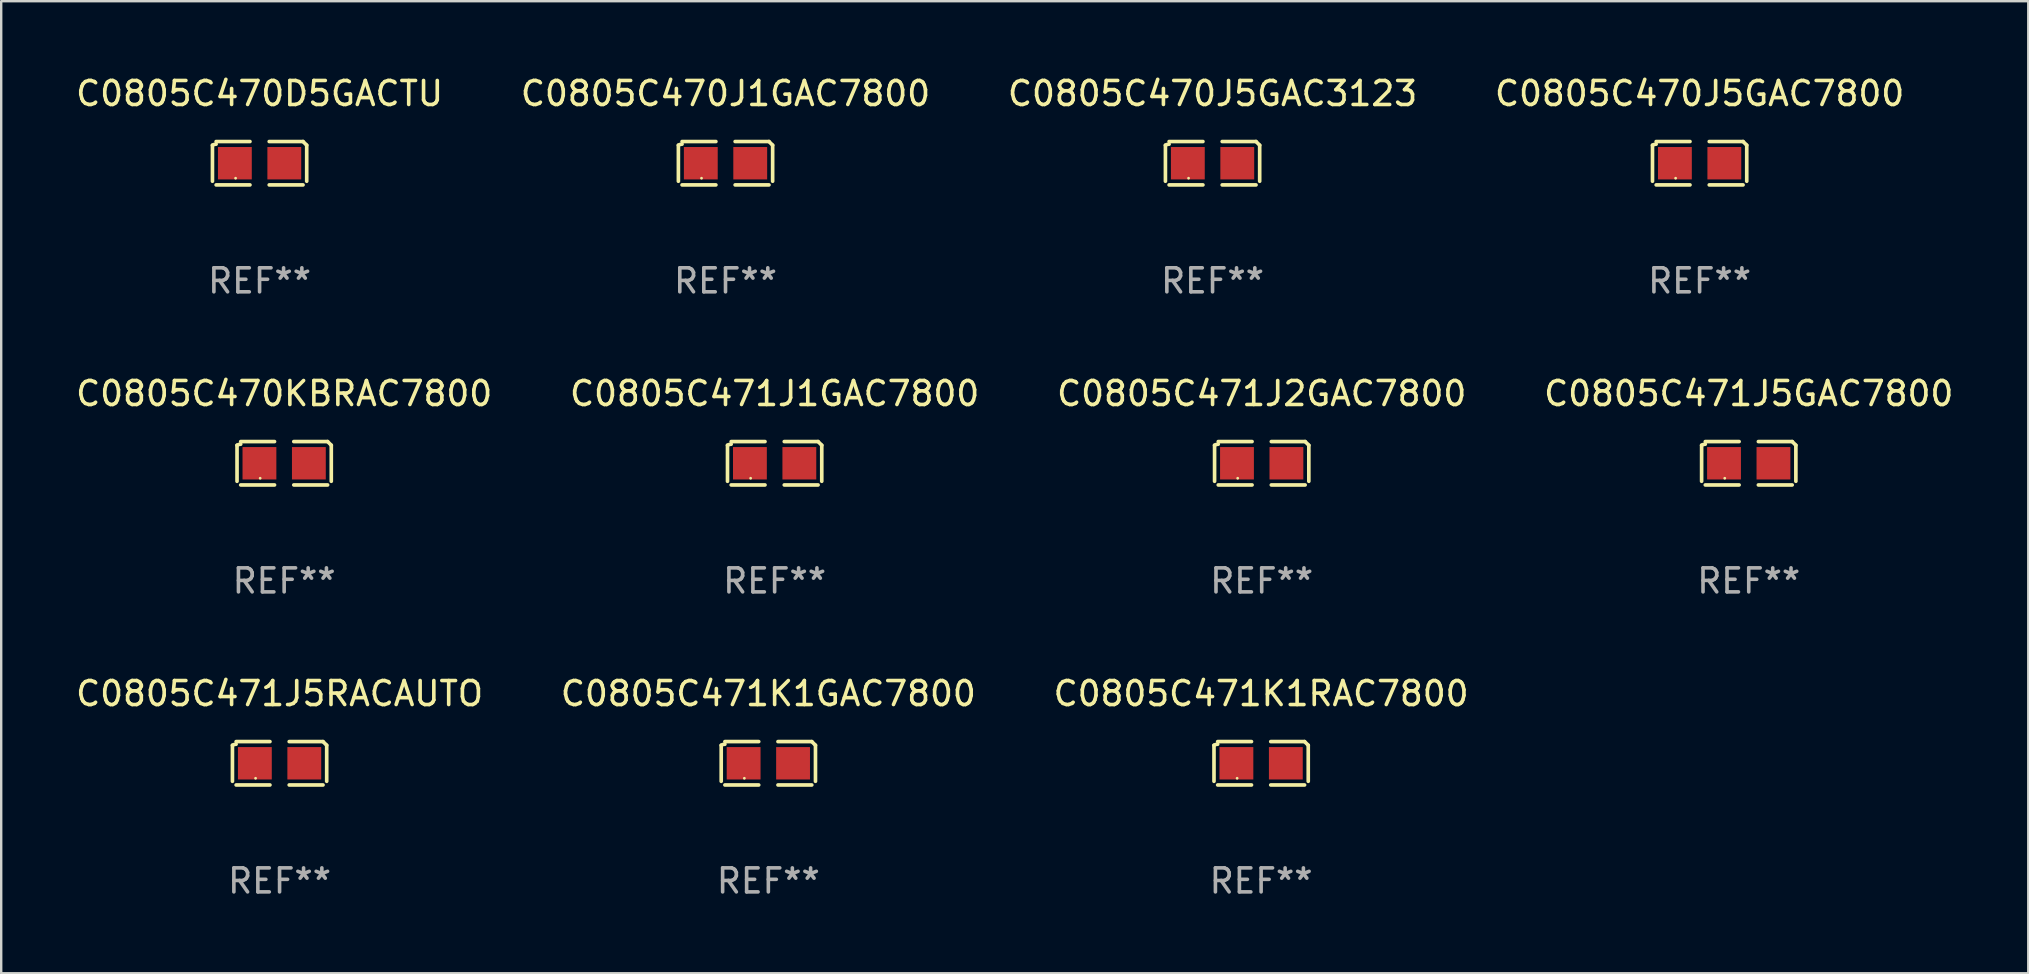
<source format=kicad_pcb>
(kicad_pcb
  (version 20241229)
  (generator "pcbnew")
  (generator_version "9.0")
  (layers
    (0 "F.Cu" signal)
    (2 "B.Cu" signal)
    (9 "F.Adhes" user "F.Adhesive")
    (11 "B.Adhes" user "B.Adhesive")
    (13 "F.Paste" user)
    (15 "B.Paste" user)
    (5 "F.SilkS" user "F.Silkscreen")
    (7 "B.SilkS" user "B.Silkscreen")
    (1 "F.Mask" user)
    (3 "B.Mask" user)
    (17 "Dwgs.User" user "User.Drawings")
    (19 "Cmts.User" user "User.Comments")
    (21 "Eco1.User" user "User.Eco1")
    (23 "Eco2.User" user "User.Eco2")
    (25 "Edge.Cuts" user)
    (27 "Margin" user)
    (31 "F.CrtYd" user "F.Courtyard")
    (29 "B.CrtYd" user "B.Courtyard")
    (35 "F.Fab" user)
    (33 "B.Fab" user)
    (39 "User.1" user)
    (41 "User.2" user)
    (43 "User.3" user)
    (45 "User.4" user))
  (footprint "C0805C471J1GAC7800"
    (layer "F.Cu")
    (at 29.232 16.256)
    (property "Reference" "C0805C471J1GAC7800" (at 0 -2.904 0) (layer "F.SilkS") (effects (font (size 1 1) (thickness 0.15))))
    (attr through_hole)
    (fp_line (start -1.964 0.751) (end -1.964 -0.751) (stroke (width 0.152) (type solid)) (layer "F.SilkS"))
    (fp_line (start -1.811 -0.904) (end -0.401 -0.904) (stroke (width 0.152) (type solid)) (layer "F.SilkS"))
    (fp_line (start -0.401 0.904) (end -1.811 0.904) (stroke (width 0.152) (type solid)) (layer "F.SilkS"))
    (fp_line (start 0.401 0.904) (end 1.811 0.904) (stroke (width 0.152) (type solid)) (layer "F.SilkS"))
    (fp_line (start 1.811 -0.904) (end 0.401 -0.904) (stroke (width 0.152) (type solid)) (layer "F.SilkS"))
    (fp_line (start 1.964 0.751) (end 1.964 -0.751) (stroke (width 0.152) (type solid)) (layer "F.SilkS"))
    (fp_arc (start -1.963602 -0.751207) (mid -1.890354 -0.783131) (end -1.811201 -0.794044) (stroke (width 0.1524) (type solid)) (layer "F.SilkS"))
    (fp_arc (start 1.811202 -0.903607) (mid 1.887413 -0.827418) (end 1.963602 -0.751207) (stroke (width 0.1524) (type solid)) (layer "F.SilkS"))
    (fp_circle (center -1 0.625) (end -0.97 0.625) (stroke (width 0.06) (type solid)) (fill no) (layer "F.SilkS"))
    (fp_text user "REF**" (at 0 4.904 0) (layer "F.Fab") (effects (font (size 1 1) (thickness 0.15))))
    (pad "1" smd rect (at -1.03 0) (size 1.41 1.35) (layers "F.Cu" "F.Mask" "F.Paste"))
    (pad "2" smd rect (at 1.03 0) (size 1.41 1.35) (layers "F.Cu" "F.Mask" "F.Paste")))
  (footprint "C0805C470D5GACTU"
    (layer "F.Cu")
    (at 7.768 3.752)
    (property "Reference" "C0805C470D5GACTU" (at 0 -2.904 0) (layer "F.SilkS") (effects (font (size 1 1) (thickness 0.15))))
    (attr through_hole)
    (fp_line (start -1.964 0.751) (end -1.964 -0.751) (stroke (width 0.152) (type solid)) (layer "F.SilkS"))
    (fp_line (start -1.811 -0.904) (end -0.401 -0.904) (stroke (width 0.152) (type solid)) (layer "F.SilkS"))
    (fp_line (start -0.401 0.904) (end -1.811 0.904) (stroke (width 0.152) (type solid)) (layer "F.SilkS"))
    (fp_line (start 0.401 0.904) (end 1.811 0.904) (stroke (width 0.152) (type solid)) (layer "F.SilkS"))
    (fp_line (start 1.811 -0.904) (end 0.401 -0.904) (stroke (width 0.152) (type solid)) (layer "F.SilkS"))
    (fp_line (start 1.964 0.751) (end 1.964 -0.751) (stroke (width 0.152) (type solid)) (layer "F.SilkS"))
    (fp_arc (start -1.963602 -0.751207) (mid -1.890354 -0.783131) (end -1.811201 -0.794044) (stroke (width 0.1524) (type solid)) (layer "F.SilkS"))
    (fp_arc (start 1.811202 -0.903607) (mid 1.887413 -0.827418) (end 1.963602 -0.751207) (stroke (width 0.1524) (type solid)) (layer "F.SilkS"))
    (fp_circle (center -1 0.625) (end -0.97 0.625) (stroke (width 0.06) (type solid)) (fill no) (layer "F.SilkS"))
    (fp_text user "REF**" (at 0 4.904 0) (layer "F.Fab") (effects (font (size 1 1) (thickness 0.15))))
    (pad "1" smd rect (at -1.03 0) (size 1.41 1.35) (layers "F.Cu" "F.Mask" "F.Paste"))
    (pad "2" smd rect (at 1.03 0) (size 1.41 1.35) (layers "F.Cu" "F.Mask" "F.Paste")))
  (footprint "C0805C470J5GAC7800"
    (layer "F.Cu")
    (at 67.78 3.752)
    (property "Reference" "C0805C470J5GAC7800" (at 0 -2.904 0) (layer "F.SilkS") (effects (font (size 1 1) (thickness 0.15))))
    (attr through_hole)
    (fp_line (start -1.964 0.751) (end -1.964 -0.751) (stroke (width 0.152) (type solid)) (layer "F.SilkS"))
    (fp_line (start -1.811 -0.904) (end -0.401 -0.904) (stroke (width 0.152) (type solid)) (layer "F.SilkS"))
    (fp_line (start -0.401 0.904) (end -1.811 0.904) (stroke (width 0.152) (type solid)) (layer "F.SilkS"))
    (fp_line (start 0.401 0.904) (end 1.811 0.904) (stroke (width 0.152) (type solid)) (layer "F.SilkS"))
    (fp_line (start 1.811 -0.904) (end 0.401 -0.904) (stroke (width 0.152) (type solid)) (layer "F.SilkS"))
    (fp_line (start 1.964 0.751) (end 1.964 -0.751) (stroke (width 0.152) (type solid)) (layer "F.SilkS"))
    (fp_arc (start -1.963602 -0.751207) (mid -1.890354 -0.783131) (end -1.811201 -0.794044) (stroke (width 0.1524) (type solid)) (layer "F.SilkS"))
    (fp_arc (start 1.811202 -0.903607) (mid 1.887413 -0.827418) (end 1.963602 -0.751207) (stroke (width 0.1524) (type solid)) (layer "F.SilkS"))
    (fp_circle (center -1 0.625) (end -0.97 0.625) (stroke (width 0.06) (type solid)) (fill no) (layer "F.SilkS"))
    (fp_text user "REF**" (at 0 4.904 0) (layer "F.Fab") (effects (font (size 1 1) (thickness 0.15))))
    (pad "1" smd rect (at -1.03 0) (size 1.41 1.35) (layers "F.Cu" "F.Mask" "F.Paste"))
    (pad "2" smd rect (at 1.03 0) (size 1.41 1.35) (layers "F.Cu" "F.Mask" "F.Paste")))
  (footprint "C0805C471J2GAC7800"
    (layer "F.Cu")
    (at 49.53 16.256)
    (property "Reference" "C0805C471J2GAC7800" (at 0 -2.904 0) (layer "F.SilkS") (effects (font (size 1 1) (thickness 0.15))))
    (attr through_hole)
    (fp_line (start -1.964 0.751) (end -1.964 -0.751) (stroke (width 0.152) (type solid)) (layer "F.SilkS"))
    (fp_line (start -1.811 -0.904) (end -0.401 -0.904) (stroke (width 0.152) (type solid)) (layer "F.SilkS"))
    (fp_line (start -0.401 0.904) (end -1.811 0.904) (stroke (width 0.152) (type solid)) (layer "F.SilkS"))
    (fp_line (start 0.401 0.904) (end 1.811 0.904) (stroke (width 0.152) (type solid)) (layer "F.SilkS"))
    (fp_line (start 1.811 -0.904) (end 0.401 -0.904) (stroke (width 0.152) (type solid)) (layer "F.SilkS"))
    (fp_line (start 1.964 0.751) (end 1.964 -0.751) (stroke (width 0.152) (type solid)) (layer "F.SilkS"))
    (fp_arc (start -1.963602 -0.751207) (mid -1.890354 -0.783131) (end -1.811201 -0.794044) (stroke (width 0.1524) (type solid)) (layer "F.SilkS"))
    (fp_arc (start 1.811202 -0.903607) (mid 1.887413 -0.827418) (end 1.963602 -0.751207) (stroke (width 0.1524) (type solid)) (layer "F.SilkS"))
    (fp_circle (center -1 0.625) (end -0.97 0.625) (stroke (width 0.06) (type solid)) (fill no) (layer "F.SilkS"))
    (fp_text user "REF**" (at 0 4.904 0) (layer "F.Fab") (effects (font (size 1 1) (thickness 0.15))))
    (pad "1" smd rect (at -1.03 0) (size 1.41 1.35) (layers "F.Cu" "F.Mask" "F.Paste"))
    (pad "2" smd rect (at 1.03 0) (size 1.41 1.35) (layers "F.Cu" "F.Mask" "F.Paste")))
  (footprint "C0805C471J5GAC7800"
    (layer "F.Cu")
    (at 69.827 16.256)
    (property "Reference" "C0805C471J5GAC7800" (at 0 -2.904 0) (layer "F.SilkS") (effects (font (size 1 1) (thickness 0.15))))
    (attr through_hole)
    (fp_line (start -1.964 0.751) (end -1.964 -0.751) (stroke (width 0.152) (type solid)) (layer "F.SilkS"))
    (fp_line (start -1.811 -0.904) (end -0.401 -0.904) (stroke (width 0.152) (type solid)) (layer "F.SilkS"))
    (fp_line (start -0.401 0.904) (end -1.811 0.904) (stroke (width 0.152) (type solid)) (layer "F.SilkS"))
    (fp_line (start 0.401 0.904) (end 1.811 0.904) (stroke (width 0.152) (type solid)) (layer "F.SilkS"))
    (fp_line (start 1.811 -0.904) (end 0.401 -0.904) (stroke (width 0.152) (type solid)) (layer "F.SilkS"))
    (fp_line (start 1.964 0.751) (end 1.964 -0.751) (stroke (width 0.152) (type solid)) (layer "F.SilkS"))
    (fp_arc (start -1.963602 -0.751207) (mid -1.890354 -0.783131) (end -1.811201 -0.794044) (stroke (width 0.1524) (type solid)) (layer "F.SilkS"))
    (fp_arc (start 1.811202 -0.903607) (mid 1.887413 -0.827418) (end 1.963602 -0.751207) (stroke (width 0.1524) (type solid)) (layer "F.SilkS"))
    (fp_circle (center -1 0.625) (end -0.97 0.625) (stroke (width 0.06) (type solid)) (fill no) (layer "F.SilkS"))
    (fp_text user "REF**" (at 0 4.904 0) (layer "F.Fab") (effects (font (size 1 1) (thickness 0.15))))
    (pad "1" smd rect (at -1.03 0) (size 1.41 1.35) (layers "F.Cu" "F.Mask" "F.Paste"))
    (pad "2" smd rect (at 1.03 0) (size 1.41 1.35) (layers "F.Cu" "F.Mask" "F.Paste")))
  (footprint "C0805C471K1RAC7800"
    (layer "F.Cu")
    (at 49.506 28.759)
    (property "Reference" "C0805C471K1RAC7800" (at 0 -2.904 0) (layer "F.SilkS") (effects (font (size 1 1) (thickness 0.15))))
    (attr through_hole)
    (fp_line (start -1.964 0.751) (end -1.964 -0.751) (stroke (width 0.152) (type solid)) (layer "F.SilkS"))
    (fp_line (start -1.811 -0.904) (end -0.401 -0.904) (stroke (width 0.152) (type solid)) (layer "F.SilkS"))
    (fp_line (start -0.401 0.904) (end -1.811 0.904) (stroke (width 0.152) (type solid)) (layer "F.SilkS"))
    (fp_line (start 0.401 0.904) (end 1.811 0.904) (stroke (width 0.152) (type solid)) (layer "F.SilkS"))
    (fp_line (start 1.811 -0.904) (end 0.401 -0.904) (stroke (width 0.152) (type solid)) (layer "F.SilkS"))
    (fp_line (start 1.964 0.751) (end 1.964 -0.751) (stroke (width 0.152) (type solid)) (layer "F.SilkS"))
    (fp_arc (start -1.963602 -0.751207) (mid -1.890354 -0.783131) (end -1.811201 -0.794044) (stroke (width 0.1524) (type solid)) (layer "F.SilkS"))
    (fp_arc (start 1.811202 -0.903607) (mid 1.887413 -0.827418) (end 1.963602 -0.751207) (stroke (width 0.1524) (type solid)) (layer "F.SilkS"))
    (fp_circle (center -1 0.625) (end -0.97 0.625) (stroke (width 0.06) (type solid)) (fill no) (layer "F.SilkS"))
    (fp_text user "REF**" (at 0 4.904 0) (layer "F.Fab") (effects (font (size 1 1) (thickness 0.15))))
    (pad "1" smd rect (at -1.03 0) (size 1.41 1.35) (layers "F.Cu" "F.Mask" "F.Paste"))
    (pad "2" smd rect (at 1.03 0) (size 1.41 1.35) (layers "F.Cu" "F.Mask" "F.Paste")))
  (footprint "C0805C470J1GAC7800"
    (layer "F.Cu")
    (at 27.185 3.752)
    (property "Reference" "C0805C470J1GAC7800" (at 0 -2.904 0) (layer "F.SilkS") (effects (font (size 1 1) (thickness 0.15))))
    (attr through_hole)
    (fp_line (start -1.964 0.751) (end -1.964 -0.751) (stroke (width 0.152) (type solid)) (layer "F.SilkS"))
    (fp_line (start -1.811 -0.904) (end -0.401 -0.904) (stroke (width 0.152) (type solid)) (layer "F.SilkS"))
    (fp_line (start -0.401 0.904) (end -1.811 0.904) (stroke (width 0.152) (type solid)) (layer "F.SilkS"))
    (fp_line (start 0.401 0.904) (end 1.811 0.904) (stroke (width 0.152) (type solid)) (layer "F.SilkS"))
    (fp_line (start 1.811 -0.904) (end 0.401 -0.904) (stroke (width 0.152) (type solid)) (layer "F.SilkS"))
    (fp_line (start 1.964 0.751) (end 1.964 -0.751) (stroke (width 0.152) (type solid)) (layer "F.SilkS"))
    (fp_arc (start -1.963602 -0.751207) (mid -1.890354 -0.783131) (end -1.811201 -0.794044) (stroke (width 0.1524) (type solid)) (layer "F.SilkS"))
    (fp_arc (start 1.811202 -0.903607) (mid 1.887413 -0.827418) (end 1.963602 -0.751207) (stroke (width 0.1524) (type solid)) (layer "F.SilkS"))
    (fp_circle (center -1 0.625) (end -0.97 0.625) (stroke (width 0.06) (type solid)) (fill no) (layer "F.SilkS"))
    (fp_text user "REF**" (at 0 4.904 0) (layer "F.Fab") (effects (font (size 1 1) (thickness 0.15))))
    (pad "1" smd rect (at -1.03 0) (size 1.41 1.35) (layers "F.Cu" "F.Mask" "F.Paste"))
    (pad "2" smd rect (at 1.03 0) (size 1.41 1.35) (layers "F.Cu" "F.Mask" "F.Paste")))
  (footprint "C0805C470J5GAC3123"
    (layer "F.Cu")
    (at 47.482 3.752)
    (property "Reference" "C0805C470J5GAC3123" (at 0 -2.904 0) (layer "F.SilkS") (effects (font (size 1 1) (thickness 0.15))))
    (attr through_hole)
    (fp_line (start -1.964 0.751) (end -1.964 -0.751) (stroke (width 0.152) (type solid)) (layer "F.SilkS"))
    (fp_line (start -1.811 -0.904) (end -0.401 -0.904) (stroke (width 0.152) (type solid)) (layer "F.SilkS"))
    (fp_line (start -0.401 0.904) (end -1.811 0.904) (stroke (width 0.152) (type solid)) (layer "F.SilkS"))
    (fp_line (start 0.401 0.904) (end 1.811 0.904) (stroke (width 0.152) (type solid)) (layer "F.SilkS"))
    (fp_line (start 1.811 -0.904) (end 0.401 -0.904) (stroke (width 0.152) (type solid)) (layer "F.SilkS"))
    (fp_line (start 1.964 0.751) (end 1.964 -0.751) (stroke (width 0.152) (type solid)) (layer "F.SilkS"))
    (fp_arc (start -1.963602 -0.751207) (mid -1.890354 -0.783131) (end -1.811201 -0.794044) (stroke (width 0.1524) (type solid)) (layer "F.SilkS"))
    (fp_arc (start 1.811202 -0.903607) (mid 1.887413 -0.827418) (end 1.963602 -0.751207) (stroke (width 0.1524) (type solid)) (layer "F.SilkS"))
    (fp_circle (center -1 0.625) (end -0.97 0.625) (stroke (width 0.06) (type solid)) (fill no) (layer "F.SilkS"))
    (fp_text user "REF**" (at 0 4.904 0) (layer "F.Fab") (effects (font (size 1 1) (thickness 0.15))))
    (pad "1" smd rect (at -1.03 0) (size 1.41 1.35) (layers "F.Cu" "F.Mask" "F.Paste"))
    (pad "2" smd rect (at 1.03 0) (size 1.41 1.35) (layers "F.Cu" "F.Mask" "F.Paste")))
  (footprint "C0805C470KBRAC7800"
    (layer "F.Cu")
    (at 8.792 16.256)
    (property "Reference" "C0805C470KBRAC7800" (at 0 -2.904 0) (layer "F.SilkS") (effects (font (size 1 1) (thickness 0.15))))
    (attr through_hole)
    (fp_line (start -1.964 0.751) (end -1.964 -0.751) (stroke (width 0.152) (type solid)) (layer "F.SilkS"))
    (fp_line (start -1.811 -0.904) (end -0.401 -0.904) (stroke (width 0.152) (type solid)) (layer "F.SilkS"))
    (fp_line (start -0.401 0.904) (end -1.811 0.904) (stroke (width 0.152) (type solid)) (layer "F.SilkS"))
    (fp_line (start 0.401 0.904) (end 1.811 0.904) (stroke (width 0.152) (type solid)) (layer "F.SilkS"))
    (fp_line (start 1.811 -0.904) (end 0.401 -0.904) (stroke (width 0.152) (type solid)) (layer "F.SilkS"))
    (fp_line (start 1.964 0.751) (end 1.964 -0.751) (stroke (width 0.152) (type solid)) (layer "F.SilkS"))
    (fp_arc (start -1.963602 -0.751207) (mid -1.890354 -0.783131) (end -1.811201 -0.794044) (stroke (width 0.1524) (type solid)) (layer "F.SilkS"))
    (fp_arc (start 1.811202 -0.903607) (mid 1.887413 -0.827418) (end 1.963602 -0.751207) (stroke (width 0.1524) (type solid)) (layer "F.SilkS"))
    (fp_circle (center -1 0.625) (end -0.97 0.625) (stroke (width 0.06) (type solid)) (fill no) (layer "F.SilkS"))
    (fp_text user "REF**" (at 0 4.904 0) (layer "F.Fab") (effects (font (size 1 1) (thickness 0.15))))
    (pad "1" smd rect (at -1.03 0) (size 1.41 1.35) (layers "F.Cu" "F.Mask" "F.Paste"))
    (pad "2" smd rect (at 1.03 0) (size 1.41 1.35) (layers "F.Cu" "F.Mask" "F.Paste")))
  (footprint "C0805C471K1GAC7800"
    (layer "F.Cu")
    (at 28.97 28.759)
    (property "Reference" "C0805C471K1GAC7800" (at 0 -2.904 0) (layer "F.SilkS") (effects (font (size 1 1) (thickness 0.15))))
    (attr through_hole)
    (fp_line (start -1.964 0.751) (end -1.964 -0.751) (stroke (width 0.152) (type solid)) (layer "F.SilkS"))
    (fp_line (start -1.811 -0.904) (end -0.401 -0.904) (stroke (width 0.152) (type solid)) (layer "F.SilkS"))
    (fp_line (start -0.401 0.904) (end -1.811 0.904) (stroke (width 0.152) (type solid)) (layer "F.SilkS"))
    (fp_line (start 0.401 0.904) (end 1.811 0.904) (stroke (width 0.152) (type solid)) (layer "F.SilkS"))
    (fp_line (start 1.811 -0.904) (end 0.401 -0.904) (stroke (width 0.152) (type solid)) (layer "F.SilkS"))
    (fp_line (start 1.964 0.751) (end 1.964 -0.751) (stroke (width 0.152) (type solid)) (layer "F.SilkS"))
    (fp_arc (start -1.963602 -0.751207) (mid -1.890354 -0.783131) (end -1.811201 -0.794044) (stroke (width 0.1524) (type solid)) (layer "F.SilkS"))
    (fp_arc (start 1.811202 -0.903607) (mid 1.887413 -0.827418) (end 1.963602 -0.751207) (stroke (width 0.1524) (type solid)) (layer "F.SilkS"))
    (fp_circle (center -1 0.625) (end -0.97 0.625) (stroke (width 0.06) (type solid)) (fill no) (layer "F.SilkS"))
    (fp_text user "REF**" (at 0 4.904 0) (layer "F.Fab") (effects (font (size 1 1) (thickness 0.15))))
    (pad "1" smd rect (at -1.03 0) (size 1.41 1.35) (layers "F.Cu" "F.Mask" "F.Paste"))
    (pad "2" smd rect (at 1.03 0) (size 1.41 1.35) (layers "F.Cu" "F.Mask" "F.Paste")))
  (footprint "C0805C471J5RACAUTO"
    (layer "F.Cu")
    (at 8.601 28.759)
    (property "Reference" "C0805C471J5RACAUTO" (at 0 -2.904 0) (layer "F.SilkS") (effects (font (size 1 1) (thickness 0.15))))
    (attr through_hole)
    (fp_line (start -1.964 0.751) (end -1.964 -0.751) (stroke (width 0.152) (type solid)) (layer "F.SilkS"))
    (fp_line (start -1.811 -0.904) (end -0.401 -0.904) (stroke (width 0.152) (type solid)) (layer "F.SilkS"))
    (fp_line (start -0.401 0.904) (end -1.811 0.904) (stroke (width 0.152) (type solid)) (layer "F.SilkS"))
    (fp_line (start 0.401 0.904) (end 1.811 0.904) (stroke (width 0.152) (type solid)) (layer "F.SilkS"))
    (fp_line (start 1.811 -0.904) (end 0.401 -0.904) (stroke (width 0.152) (type solid)) (layer "F.SilkS"))
    (fp_line (start 1.964 0.751) (end 1.964 -0.751) (stroke (width 0.152) (type solid)) (layer "F.SilkS"))
    (fp_arc (start -1.963602 -0.751207) (mid -1.890354 -0.783131) (end -1.811201 -0.794044) (stroke (width 0.1524) (type solid)) (layer "F.SilkS"))
    (fp_arc (start 1.811202 -0.903607) (mid 1.887413 -0.827418) (end 1.963602 -0.751207) (stroke (width 0.1524) (type solid)) (layer "F.SilkS"))
    (fp_circle (center -1 0.625) (end -0.97 0.625) (stroke (width 0.06) (type solid)) (fill no) (layer "F.SilkS"))
    (fp_text user "REF**" (at 0 4.904 0) (layer "F.Fab") (effects (font (size 1 1) (thickness 0.15))))
    (pad "1" smd rect (at -1.03 0) (size 1.41 1.35) (layers "F.Cu" "F.Mask" "F.Paste"))
    (pad "2" smd rect (at 1.03 0) (size 1.41 1.35) (layers "F.Cu" "F.Mask" "F.Paste")))
  (gr_rect
    (start -3 -3)
    (end 81.476 37.511)
    (stroke (width 0.1) (type default))
    (fill no)
    (layer "Edge.Cuts")))
</source>
